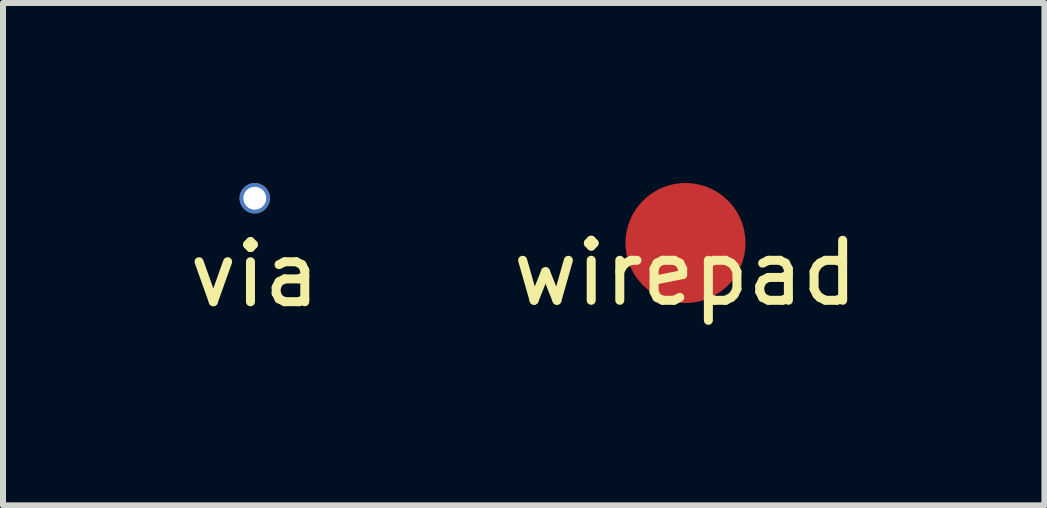
<source format=kicad_pcb>
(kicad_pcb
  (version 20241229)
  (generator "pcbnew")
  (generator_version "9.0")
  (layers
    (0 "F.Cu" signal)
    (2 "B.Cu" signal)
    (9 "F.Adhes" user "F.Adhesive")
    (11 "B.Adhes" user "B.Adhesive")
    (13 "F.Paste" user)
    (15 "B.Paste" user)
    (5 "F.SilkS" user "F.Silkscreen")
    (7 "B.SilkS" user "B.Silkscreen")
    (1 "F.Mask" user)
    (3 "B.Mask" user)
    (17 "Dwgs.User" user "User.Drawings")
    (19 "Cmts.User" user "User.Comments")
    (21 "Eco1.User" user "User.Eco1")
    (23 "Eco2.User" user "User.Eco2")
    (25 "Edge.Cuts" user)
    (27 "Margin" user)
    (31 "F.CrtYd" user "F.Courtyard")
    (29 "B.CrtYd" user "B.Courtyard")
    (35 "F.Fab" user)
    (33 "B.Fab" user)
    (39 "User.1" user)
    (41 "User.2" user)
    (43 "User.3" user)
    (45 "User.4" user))
  (footprint "wirepad"
    (layer "F.Cu")
    (at 8.375 1)
    (property "Reference" "wirepad" (at 0 0.5 0) (layer "F.SilkS") (effects (font (size 1 1) (thickness 0.15))))
    (attr through_hole)
    (pad "1" smd circle (at 0 0 180) (size 2 2) (layers "*.Mask" "F.Cu" "F.Paste")))
  (footprint "via"
    (layer "F.Cu")
    (at 1.196 0.254)
    (property "Reference" "via" (at 0 1.27 0) (layer "F.SilkS") (effects (font (size 1 1) (thickness 0.15))))
    (attr through_hole)
    (pad "1" thru_hole circle (at 0 0) (size 0.508 0.508) (drill 0.381) (layers "*.Cu")))
  (gr_rect
    (start -3 -3)
    (end 14.357 5.372)
    (stroke (width 0.1) (type default))
    (fill no)
    (layer "Edge.Cuts")))
</source>
